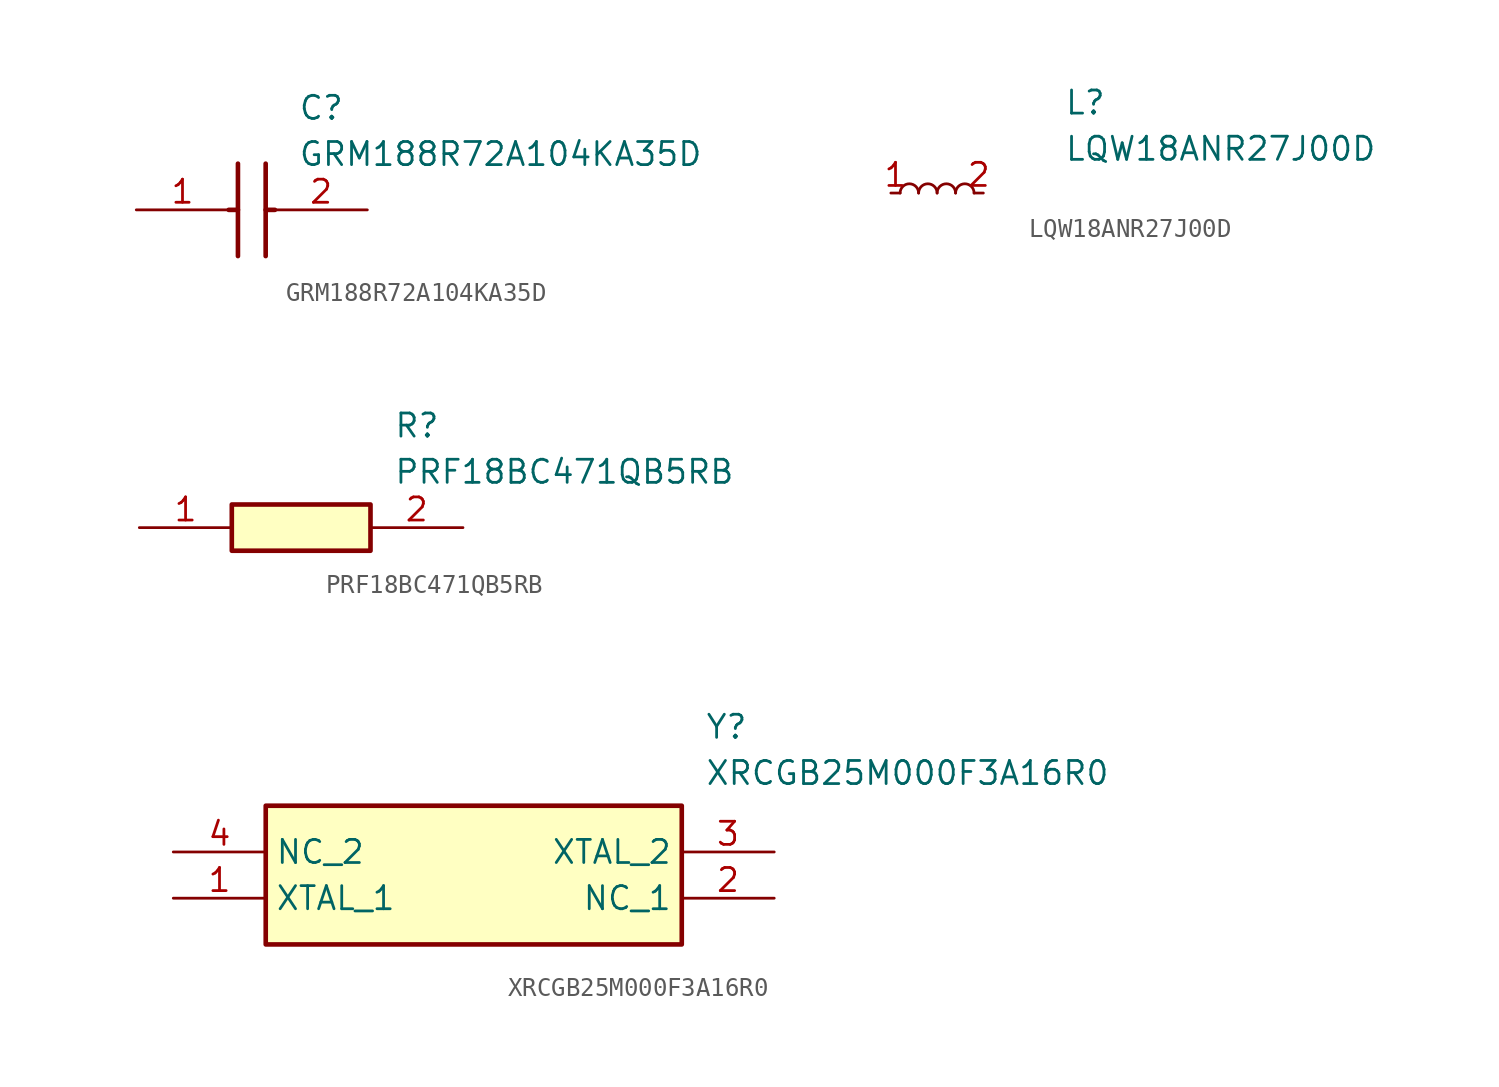
<source format=kicad_sym>
(kicad_symbol_lib
  (version 20241209)
  (generator "kicad_symbol_editor")
  (generator_version "9.0")
  (symbol "GRM188R72A104KA35D"
    (pin_names
      (hide yes))
    (property "Reference" "C"
      (at 8.89 6.35 0)
      (effects (font (size 1.27 1.27)) (justify left top)))
    (property "Value" "GRM188R72A104KA35D"
      (at 8.89 3.81 0)
      (effects (font (size 1.27 1.27)) (justify left top)))
    (symbol "GRM188R72A104KA35D_1_1"
      (polyline (pts (xy 5.08 0) (xy 5.588 0)) (stroke (width 0.254) (type default)) (fill (type none)))
      (polyline (pts (xy 5.588 2.54) (xy 5.588 -2.54)) (stroke (width 0.254) (type default)) (fill (type none)))
      (polyline (pts (xy 7.112 2.54) (xy 7.112 -2.54)) (stroke (width 0.254) (type default)) (fill (type none)))
      (polyline (pts (xy 7.112 0) (xy 7.62 0)) (stroke (width 0.254) (type default)) (fill (type none)))
      (pin passive line (at 0 0 0) (length 5.08) (name "1" (effects (font (size 1.27 1.27)))) (number "1" (effects (font (size 1.27 1.27)))))
      (pin passive line (at 12.7 0 180) (length 5.08) (name "2" (effects (font (size 1.27 1.27)))) (number "2" (effects (font (size 1.27 1.27)))))))
  (symbol "LQW18ANR27J00D"
    (pin_names
      (hide yes))
    (property "Reference" "L"
      (at 16.51 6.35 0)
      (effects (font (size 1.27 1.27)) (justify left top)))
    (property "Value" "LQW18ANR27J00D"
      (at 16.51 3.81 0)
      (effects (font (size 1.27 1.27)) (justify left top)))
    (symbol "LQW18ANR27J00D_0_1"
      (arc (start 7.493 0.635) (mid 8.001 1.1408) (end 8.509 0.635) (stroke (width 0) (type default)) (fill (type none)))
      (arc (start 8.509 0.635) (mid 9.017 1.1408) (end 9.525 0.635) (stroke (width 0) (type default)) (fill (type none)))
      (arc (start 9.525 0.635) (mid 10.033 1.1408) (end 10.541 0.635) (stroke (width 0) (type default)) (fill (type none)))
      (arc (start 10.541 0.635) (mid 11.049 1.1408) (end 11.557 0.635) (stroke (width 0) (type default)) (fill (type none))))
    (symbol "LQW18ANR27J00D_1_1"
      (pin passive line (at 6.985 0.635 0) (length 0.508) (name "~" (effects (font (size 1.27 1.27)))) (number "1" (effects (font (size 1.27 1.27)))))
      (pin passive line (at 12.065 0.635 180) (length 0.508) (name "~" (effects (font (size 1.27 1.27)))) (number "2" (effects (font (size 1.27 1.27)))))))
  (symbol "PRF18BC471QB5RB"
    (pin_names
      (hide yes))
    (property "Reference" "R"
      (at 13.97 6.35 0)
      (effects (font (size 1.27 1.27)) (justify left top)))
    (property "Value" "PRF18BC471QB5RB"
      (at 13.97 3.81 0)
      (effects (font (size 1.27 1.27)) (justify left top)))
    (symbol "PRF18BC471QB5RB_1_1"
      (rectangle (start 5.08 1.27) (end 12.7 -1.27) (stroke (width 0.254) (type default)) (fill (type background)))
      (pin passive line (at 0 0 0) (length 5.08) (name "1" (effects (font (size 1.27 1.27)))) (number "1" (effects (font (size 1.27 1.27)))))
      (pin passive line (at 17.78 0 180) (length 5.08) (name "2" (effects (font (size 1.27 1.27)))) (number "2" (effects (font (size 1.27 1.27)))))))
  (symbol "XRCGB25M000F3A16R0"
    (property "Reference" "Y"
      (at 29.21 7.62 0)
      (effects (font (size 1.27 1.27)) (justify left top)))
    (property "Value" "XRCGB25M000F3A16R0"
      (at 29.21 5.08 0)
      (effects (font (size 1.27 1.27)) (justify left top)))
    (symbol "XRCGB25M000F3A16R0_1_1"
      (rectangle (start 5.08 2.54) (end 27.94 -5.08) (stroke (width 0.254) (type default)) (fill (type background)))
      (pin passive line (at 0 0 0) (length 5.08) (name "NC_2" (effects (font (size 1.27 1.27)))) (number "4" (effects (font (size 1.27 1.27)))))
      (pin passive line (at 0 -2.54 0) (length 5.08) (name "XTAL_1" (effects (font (size 1.27 1.27)))) (number "1" (effects (font (size 1.27 1.27)))))
      (pin passive line (at 33.02 0 180) (length 5.08) (name "XTAL_2" (effects (font (size 1.27 1.27)))) (number "3" (effects (font (size 1.27 1.27)))))
      (pin passive line (at 33.02 -2.54 180) (length 5.08) (name "NC_1" (effects (font (size 1.27 1.27)))) (number "2" (effects (font (size 1.27 1.27))))))))
</source>
